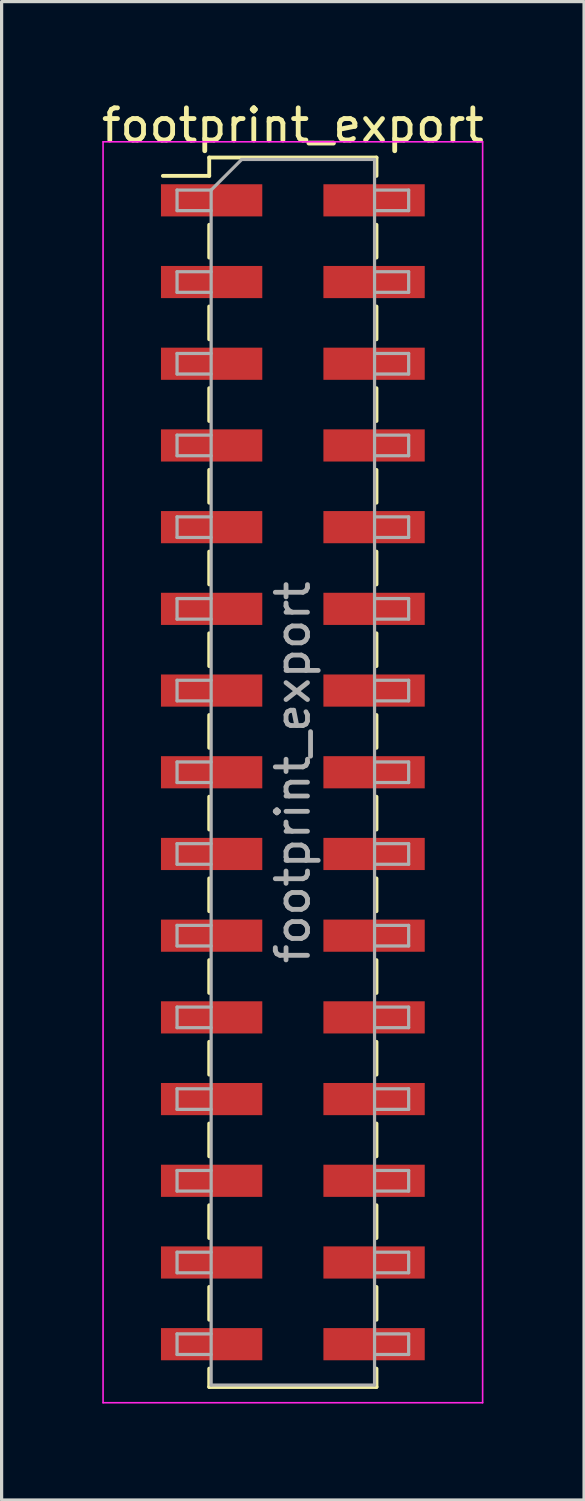
<source format=kicad_pcb>
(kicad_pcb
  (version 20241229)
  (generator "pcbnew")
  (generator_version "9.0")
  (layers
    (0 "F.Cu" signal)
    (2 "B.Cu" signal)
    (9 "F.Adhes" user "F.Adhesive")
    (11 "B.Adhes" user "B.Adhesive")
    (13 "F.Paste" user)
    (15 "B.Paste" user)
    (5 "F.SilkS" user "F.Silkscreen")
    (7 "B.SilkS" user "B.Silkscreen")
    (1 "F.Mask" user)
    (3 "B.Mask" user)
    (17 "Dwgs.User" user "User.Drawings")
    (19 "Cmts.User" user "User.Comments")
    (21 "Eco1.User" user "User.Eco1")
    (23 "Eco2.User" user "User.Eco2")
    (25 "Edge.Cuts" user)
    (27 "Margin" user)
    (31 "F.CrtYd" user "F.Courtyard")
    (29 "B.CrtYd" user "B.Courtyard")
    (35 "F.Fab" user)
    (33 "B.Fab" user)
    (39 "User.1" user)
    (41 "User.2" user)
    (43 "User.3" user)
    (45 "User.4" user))
  (footprint "footprint_export"
    (layer "F.Cu")
    (at 6.054 20.958)
    (property "Reference" "footprint_export" (at 0 -20.11 0) (layer "F.SilkS") (effects (font (size 1 1) (thickness 0.15))))
    (attr smd)
    (fp_line (start -4.04 -18.54) (end -2.6 -18.54) (stroke (width 0.12) (type solid)) (layer "F.SilkS"))
    (fp_line (start -2.6 -19.11) (end -2.6 -18.54) (stroke (width 0.12) (type solid)) (layer "F.SilkS"))
    (fp_line (start -2.6 -19.11) (end 2.6 -19.11) (stroke (width 0.12) (type solid)) (layer "F.SilkS"))
    (fp_line (start -2.6 -17.02) (end -2.6 -16) (stroke (width 0.12) (type solid)) (layer "F.SilkS"))
    (fp_line (start -2.6 -14.48) (end -2.6 -13.46) (stroke (width 0.12) (type solid)) (layer "F.SilkS"))
    (fp_line (start -2.6 -11.94) (end -2.6 -10.92) (stroke (width 0.12) (type solid)) (layer "F.SilkS"))
    (fp_line (start -2.6 -9.4) (end -2.6 -8.38) (stroke (width 0.12) (type solid)) (layer "F.SilkS"))
    (fp_line (start -2.6 -6.86) (end -2.6 -5.84) (stroke (width 0.12) (type solid)) (layer "F.SilkS"))
    (fp_line (start -2.6 -4.32) (end -2.6 -3.3) (stroke (width 0.12) (type solid)) (layer "F.SilkS"))
    (fp_line (start -2.6 -1.78) (end -2.6 -0.76) (stroke (width 0.12) (type solid)) (layer "F.SilkS"))
    (fp_line (start -2.6 0.76) (end -2.6 1.78) (stroke (width 0.12) (type solid)) (layer "F.SilkS"))
    (fp_line (start -2.6 3.3) (end -2.6 4.32) (stroke (width 0.12) (type solid)) (layer "F.SilkS"))
    (fp_line (start -2.6 5.84) (end -2.6 6.86) (stroke (width 0.12) (type solid)) (layer "F.SilkS"))
    (fp_line (start -2.6 8.38) (end -2.6 9.4) (stroke (width 0.12) (type solid)) (layer "F.SilkS"))
    (fp_line (start -2.6 10.92) (end -2.6 11.94) (stroke (width 0.12) (type solid)) (layer "F.SilkS"))
    (fp_line (start -2.6 13.46) (end -2.6 14.48) (stroke (width 0.12) (type solid)) (layer "F.SilkS"))
    (fp_line (start -2.6 16) (end -2.6 17.02) (stroke (width 0.12) (type solid)) (layer "F.SilkS"))
    (fp_line (start -2.6 18.54) (end -2.6 19.11) (stroke (width 0.12) (type solid)) (layer "F.SilkS"))
    (fp_line (start -2.6 19.11) (end 2.6 19.11) (stroke (width 0.12) (type solid)) (layer "F.SilkS"))
    (fp_line (start 2.6 -19.11) (end 2.6 -18.54) (stroke (width 0.12) (type solid)) (layer "F.SilkS"))
    (fp_line (start 2.6 -17.02) (end 2.6 -16) (stroke (width 0.12) (type solid)) (layer "F.SilkS"))
    (fp_line (start 2.6 -14.48) (end 2.6 -13.46) (stroke (width 0.12) (type solid)) (layer "F.SilkS"))
    (fp_line (start 2.6 -11.94) (end 2.6 -10.92) (stroke (width 0.12) (type solid)) (layer "F.SilkS"))
    (fp_line (start 2.6 -9.4) (end 2.6 -8.38) (stroke (width 0.12) (type solid)) (layer "F.SilkS"))
    (fp_line (start 2.6 -6.86) (end 2.6 -5.84) (stroke (width 0.12) (type solid)) (layer "F.SilkS"))
    (fp_line (start 2.6 -4.32) (end 2.6 -3.3) (stroke (width 0.12) (type solid)) (layer "F.SilkS"))
    (fp_line (start 2.6 -1.78) (end 2.6 -0.76) (stroke (width 0.12) (type solid)) (layer "F.SilkS"))
    (fp_line (start 2.6 0.76) (end 2.6 1.78) (stroke (width 0.12) (type solid)) (layer "F.SilkS"))
    (fp_line (start 2.6 3.3) (end 2.6 4.32) (stroke (width 0.12) (type solid)) (layer "F.SilkS"))
    (fp_line (start 2.6 5.84) (end 2.6 6.86) (stroke (width 0.12) (type solid)) (layer "F.SilkS"))
    (fp_line (start 2.6 8.38) (end 2.6 9.4) (stroke (width 0.12) (type solid)) (layer "F.SilkS"))
    (fp_line (start 2.6 10.92) (end 2.6 11.94) (stroke (width 0.12) (type solid)) (layer "F.SilkS"))
    (fp_line (start 2.6 13.46) (end 2.6 14.48) (stroke (width 0.12) (type solid)) (layer "F.SilkS"))
    (fp_line (start 2.6 16) (end 2.6 17.02) (stroke (width 0.12) (type solid)) (layer "F.SilkS"))
    (fp_line (start 2.6 18.54) (end 2.6 19.11) (stroke (width 0.12) (type solid)) (layer "F.SilkS"))
    (fp_line (start -5.9 -19.6) (end -5.9 19.6) (stroke (width 0.05) (type solid)) (layer "F.CrtYd"))
    (fp_line (start -5.9 19.6) (end 5.9 19.6) (stroke (width 0.05) (type solid)) (layer "F.CrtYd"))
    (fp_line (start 5.9 -19.6) (end -5.9 -19.6) (stroke (width 0.05) (type solid)) (layer "F.CrtYd"))
    (fp_line (start 5.9 19.6) (end 5.9 -19.6) (stroke (width 0.05) (type solid)) (layer "F.CrtYd"))
    (fp_line (start -3.6 -18.1) (end -3.6 -17.46) (stroke (width 0.1) (type solid)) (layer "F.Fab"))
    (fp_line (start -3.6 -17.46) (end -2.54 -17.46) (stroke (width 0.1) (type solid)) (layer "F.Fab"))
    (fp_line (start -3.6 -15.56) (end -3.6 -14.92) (stroke (width 0.1) (type solid)) (layer "F.Fab"))
    (fp_line (start -3.6 -14.92) (end -2.54 -14.92) (stroke (width 0.1) (type solid)) (layer "F.Fab"))
    (fp_line (start -3.6 -13.02) (end -3.6 -12.38) (stroke (width 0.1) (type solid)) (layer "F.Fab"))
    (fp_line (start -3.6 -12.38) (end -2.54 -12.38) (stroke (width 0.1) (type solid)) (layer "F.Fab"))
    (fp_line (start -3.6 -10.48) (end -3.6 -9.84) (stroke (width 0.1) (type solid)) (layer "F.Fab"))
    (fp_line (start -3.6 -9.84) (end -2.54 -9.84) (stroke (width 0.1) (type solid)) (layer "F.Fab"))
    (fp_line (start -3.6 -7.94) (end -3.6 -7.3) (stroke (width 0.1) (type solid)) (layer "F.Fab"))
    (fp_line (start -3.6 -7.3) (end -2.54 -7.3) (stroke (width 0.1) (type solid)) (layer "F.Fab"))
    (fp_line (start -3.6 -5.4) (end -3.6 -4.76) (stroke (width 0.1) (type solid)) (layer "F.Fab"))
    (fp_line (start -3.6 -4.76) (end -2.54 -4.76) (stroke (width 0.1) (type solid)) (layer "F.Fab"))
    (fp_line (start -3.6 -2.86) (end -3.6 -2.22) (stroke (width 0.1) (type solid)) (layer "F.Fab"))
    (fp_line (start -3.6 -2.22) (end -2.54 -2.22) (stroke (width 0.1) (type solid)) (layer "F.Fab"))
    (fp_line (start -3.6 -0.32) (end -3.6 0.32) (stroke (width 0.1) (type solid)) (layer "F.Fab"))
    (fp_line (start -3.6 0.32) (end -2.54 0.32) (stroke (width 0.1) (type solid)) (layer "F.Fab"))
    (fp_line (start -3.6 2.22) (end -3.6 2.86) (stroke (width 0.1) (type solid)) (layer "F.Fab"))
    (fp_line (start -3.6 2.86) (end -2.54 2.86) (stroke (width 0.1) (type solid)) (layer "F.Fab"))
    (fp_line (start -3.6 4.76) (end -3.6 5.4) (stroke (width 0.1) (type solid)) (layer "F.Fab"))
    (fp_line (start -3.6 5.4) (end -2.54 5.4) (stroke (width 0.1) (type solid)) (layer "F.Fab"))
    (fp_line (start -3.6 7.3) (end -3.6 7.94) (stroke (width 0.1) (type solid)) (layer "F.Fab"))
    (fp_line (start -3.6 7.94) (end -2.54 7.94) (stroke (width 0.1) (type solid)) (layer "F.Fab"))
    (fp_line (start -3.6 9.84) (end -3.6 10.48) (stroke (width 0.1) (type solid)) (layer "F.Fab"))
    (fp_line (start -3.6 10.48) (end -2.54 10.48) (stroke (width 0.1) (type solid)) (layer "F.Fab"))
    (fp_line (start -3.6 12.38) (end -3.6 13.02) (stroke (width 0.1) (type solid)) (layer "F.Fab"))
    (fp_line (start -3.6 13.02) (end -2.54 13.02) (stroke (width 0.1) (type solid)) (layer "F.Fab"))
    (fp_line (start -3.6 14.92) (end -3.6 15.56) (stroke (width 0.1) (type solid)) (layer "F.Fab"))
    (fp_line (start -3.6 15.56) (end -2.54 15.56) (stroke (width 0.1) (type solid)) (layer "F.Fab"))
    (fp_line (start -3.6 17.46) (end -3.6 18.1) (stroke (width 0.1) (type solid)) (layer "F.Fab"))
    (fp_line (start -3.6 18.1) (end -2.54 18.1) (stroke (width 0.1) (type solid)) (layer "F.Fab"))
    (fp_line (start -2.54 -18.1) (end -3.6 -18.1) (stroke (width 0.1) (type solid)) (layer "F.Fab"))
    (fp_line (start -2.54 -18.1) (end -1.59 -19.05) (stroke (width 0.1) (type solid)) (layer "F.Fab"))
    (fp_line (start -2.54 -15.56) (end -3.6 -15.56) (stroke (width 0.1) (type solid)) (layer "F.Fab"))
    (fp_line (start -2.54 -13.02) (end -3.6 -13.02) (stroke (width 0.1) (type solid)) (layer "F.Fab"))
    (fp_line (start -2.54 -10.48) (end -3.6 -10.48) (stroke (width 0.1) (type solid)) (layer "F.Fab"))
    (fp_line (start -2.54 -7.94) (end -3.6 -7.94) (stroke (width 0.1) (type solid)) (layer "F.Fab"))
    (fp_line (start -2.54 -5.4) (end -3.6 -5.4) (stroke (width 0.1) (type solid)) (layer "F.Fab"))
    (fp_line (start -2.54 -2.86) (end -3.6 -2.86) (stroke (width 0.1) (type solid)) (layer "F.Fab"))
    (fp_line (start -2.54 -0.32) (end -3.6 -0.32) (stroke (width 0.1) (type solid)) (layer "F.Fab"))
    (fp_line (start -2.54 2.22) (end -3.6 2.22) (stroke (width 0.1) (type solid)) (layer "F.Fab"))
    (fp_line (start -2.54 4.76) (end -3.6 4.76) (stroke (width 0.1) (type solid)) (layer "F.Fab"))
    (fp_line (start -2.54 7.3) (end -3.6 7.3) (stroke (width 0.1) (type solid)) (layer "F.Fab"))
    (fp_line (start -2.54 9.84) (end -3.6 9.84) (stroke (width 0.1) (type solid)) (layer "F.Fab"))
    (fp_line (start -2.54 12.38) (end -3.6 12.38) (stroke (width 0.1) (type solid)) (layer "F.Fab"))
    (fp_line (start -2.54 14.92) (end -3.6 14.92) (stroke (width 0.1) (type solid)) (layer "F.Fab"))
    (fp_line (start -2.54 17.46) (end -3.6 17.46) (stroke (width 0.1) (type solid)) (layer "F.Fab"))
    (fp_line (start -2.54 19.05) (end -2.54 -18.1) (stroke (width 0.1) (type solid)) (layer "F.Fab"))
    (fp_line (start -1.59 -19.05) (end 2.54 -19.05) (stroke (width 0.1) (type solid)) (layer "F.Fab"))
    (fp_line (start 2.54 -19.05) (end 2.54 19.05) (stroke (width 0.1) (type solid)) (layer "F.Fab"))
    (fp_line (start 2.54 -18.1) (end 3.6 -18.1) (stroke (width 0.1) (type solid)) (layer "F.Fab"))
    (fp_line (start 2.54 -15.56) (end 3.6 -15.56) (stroke (width 0.1) (type solid)) (layer "F.Fab"))
    (fp_line (start 2.54 -13.02) (end 3.6 -13.02) (stroke (width 0.1) (type solid)) (layer "F.Fab"))
    (fp_line (start 2.54 -10.48) (end 3.6 -10.48) (stroke (width 0.1) (type solid)) (layer "F.Fab"))
    (fp_line (start 2.54 -7.94) (end 3.6 -7.94) (stroke (width 0.1) (type solid)) (layer "F.Fab"))
    (fp_line (start 2.54 -5.4) (end 3.6 -5.4) (stroke (width 0.1) (type solid)) (layer "F.Fab"))
    (fp_line (start 2.54 -2.86) (end 3.6 -2.86) (stroke (width 0.1) (type solid)) (layer "F.Fab"))
    (fp_line (start 2.54 -0.32) (end 3.6 -0.32) (stroke (width 0.1) (type solid)) (layer "F.Fab"))
    (fp_line (start 2.54 2.22) (end 3.6 2.22) (stroke (width 0.1) (type solid)) (layer "F.Fab"))
    (fp_line (start 2.54 4.76) (end 3.6 4.76) (stroke (width 0.1) (type solid)) (layer "F.Fab"))
    (fp_line (start 2.54 7.3) (end 3.6 7.3) (stroke (width 0.1) (type solid)) (layer "F.Fab"))
    (fp_line (start 2.54 9.84) (end 3.6 9.84) (stroke (width 0.1) (type solid)) (layer "F.Fab"))
    (fp_line (start 2.54 12.38) (end 3.6 12.38) (stroke (width 0.1) (type solid)) (layer "F.Fab"))
    (fp_line (start 2.54 14.92) (end 3.6 14.92) (stroke (width 0.1) (type solid)) (layer "F.Fab"))
    (fp_line (start 2.54 17.46) (end 3.6 17.46) (stroke (width 0.1) (type solid)) (layer "F.Fab"))
    (fp_line (start 2.54 19.05) (end -2.54 19.05) (stroke (width 0.1) (type solid)) (layer "F.Fab"))
    (fp_line (start 3.6 -18.1) (end 3.6 -17.46) (stroke (width 0.1) (type solid)) (layer "F.Fab"))
    (fp_line (start 3.6 -17.46) (end 2.54 -17.46) (stroke (width 0.1) (type solid)) (layer "F.Fab"))
    (fp_line (start 3.6 -15.56) (end 3.6 -14.92) (stroke (width 0.1) (type solid)) (layer "F.Fab"))
    (fp_line (start 3.6 -14.92) (end 2.54 -14.92) (stroke (width 0.1) (type solid)) (layer "F.Fab"))
    (fp_line (start 3.6 -13.02) (end 3.6 -12.38) (stroke (width 0.1) (type solid)) (layer "F.Fab"))
    (fp_line (start 3.6 -12.38) (end 2.54 -12.38) (stroke (width 0.1) (type solid)) (layer "F.Fab"))
    (fp_line (start 3.6 -10.48) (end 3.6 -9.84) (stroke (width 0.1) (type solid)) (layer "F.Fab"))
    (fp_line (start 3.6 -9.84) (end 2.54 -9.84) (stroke (width 0.1) (type solid)) (layer "F.Fab"))
    (fp_line (start 3.6 -7.94) (end 3.6 -7.3) (stroke (width 0.1) (type solid)) (layer "F.Fab"))
    (fp_line (start 3.6 -7.3) (end 2.54 -7.3) (stroke (width 0.1) (type solid)) (layer "F.Fab"))
    (fp_line (start 3.6 -5.4) (end 3.6 -4.76) (stroke (width 0.1) (type solid)) (layer "F.Fab"))
    (fp_line (start 3.6 -4.76) (end 2.54 -4.76) (stroke (width 0.1) (type solid)) (layer "F.Fab"))
    (fp_line (start 3.6 -2.86) (end 3.6 -2.22) (stroke (width 0.1) (type solid)) (layer "F.Fab"))
    (fp_line (start 3.6 -2.22) (end 2.54 -2.22) (stroke (width 0.1) (type solid)) (layer "F.Fab"))
    (fp_line (start 3.6 -0.32) (end 3.6 0.32) (stroke (width 0.1) (type solid)) (layer "F.Fab"))
    (fp_line (start 3.6 0.32) (end 2.54 0.32) (stroke (width 0.1) (type solid)) (layer "F.Fab"))
    (fp_line (start 3.6 2.22) (end 3.6 2.86) (stroke (width 0.1) (type solid)) (layer "F.Fab"))
    (fp_line (start 3.6 2.86) (end 2.54 2.86) (stroke (width 0.1) (type solid)) (layer "F.Fab"))
    (fp_line (start 3.6 4.76) (end 3.6 5.4) (stroke (width 0.1) (type solid)) (layer "F.Fab"))
    (fp_line (start 3.6 5.4) (end 2.54 5.4) (stroke (width 0.1) (type solid)) (layer "F.Fab"))
    (fp_line (start 3.6 7.3) (end 3.6 7.94) (stroke (width 0.1) (type solid)) (layer "F.Fab"))
    (fp_line (start 3.6 7.94) (end 2.54 7.94) (stroke (width 0.1) (type solid)) (layer "F.Fab"))
    (fp_line (start 3.6 9.84) (end 3.6 10.48) (stroke (width 0.1) (type solid)) (layer "F.Fab"))
    (fp_line (start 3.6 10.48) (end 2.54 10.48) (stroke (width 0.1) (type solid)) (layer "F.Fab"))
    (fp_line (start 3.6 12.38) (end 3.6 13.02) (stroke (width 0.1) (type solid)) (layer "F.Fab"))
    (fp_line (start 3.6 13.02) (end 2.54 13.02) (stroke (width 0.1) (type solid)) (layer "F.Fab"))
    (fp_line (start 3.6 14.92) (end 3.6 15.56) (stroke (width 0.1) (type solid)) (layer "F.Fab"))
    (fp_line (start 3.6 15.56) (end 2.54 15.56) (stroke (width 0.1) (type solid)) (layer "F.Fab"))
    (fp_line (start 3.6 17.46) (end 3.6 18.1) (stroke (width 0.1) (type solid)) (layer "F.Fab"))
    (fp_line (start 3.6 18.1) (end 2.54 18.1) (stroke (width 0.1) (type solid)) (layer "F.Fab"))
    (fp_text user "${REFERENCE}" (at 0 0 90) (layer "F.Fab") (effects (font (size 1 1) (thickness 0.15))))
    (pad "1" smd rect (at -2.525 -17.78) (size 3.15 1) (layers "F.Cu" "F.Mask" "F.Paste"))
    (pad "2" smd rect (at 2.525 -17.78) (size 3.15 1) (layers "F.Cu" "F.Mask" "F.Paste"))
    (pad "3" smd rect (at -2.525 -15.24) (size 3.15 1) (layers "F.Cu" "F.Mask" "F.Paste"))
    (pad "4" smd rect (at 2.525 -15.24) (size 3.15 1) (layers "F.Cu" "F.Mask" "F.Paste"))
    (pad "5" smd rect (at -2.525 -12.7) (size 3.15 1) (layers "F.Cu" "F.Mask" "F.Paste"))
    (pad "6" smd rect (at 2.525 -12.7) (size 3.15 1) (layers "F.Cu" "F.Mask" "F.Paste"))
    (pad "7" smd rect (at -2.525 -10.16) (size 3.15 1) (layers "F.Cu" "F.Mask" "F.Paste"))
    (pad "8" smd rect (at 2.525 -10.16) (size 3.15 1) (layers "F.Cu" "F.Mask" "F.Paste"))
    (pad "9" smd rect (at -2.525 -7.62) (size 3.15 1) (layers "F.Cu" "F.Mask" "F.Paste"))
    (pad "10" smd rect (at 2.525 -7.62) (size 3.15 1) (layers "F.Cu" "F.Mask" "F.Paste"))
    (pad "11" smd rect (at -2.525 -5.08) (size 3.15 1) (layers "F.Cu" "F.Mask" "F.Paste"))
    (pad "12" smd rect (at 2.525 -5.08) (size 3.15 1) (layers "F.Cu" "F.Mask" "F.Paste"))
    (pad "13" smd rect (at -2.525 -2.54) (size 3.15 1) (layers "F.Cu" "F.Mask" "F.Paste"))
    (pad "14" smd rect (at 2.525 -2.54) (size 3.15 1) (layers "F.Cu" "F.Mask" "F.Paste"))
    (pad "15" smd rect (at -2.525 0) (size 3.15 1) (layers "F.Cu" "F.Mask" "F.Paste"))
    (pad "16" smd rect (at 2.525 0) (size 3.15 1) (layers "F.Cu" "F.Mask" "F.Paste"))
    (pad "17" smd rect (at -2.525 2.54) (size 3.15 1) (layers "F.Cu" "F.Mask" "F.Paste"))
    (pad "18" smd rect (at 2.525 2.54) (size 3.15 1) (layers "F.Cu" "F.Mask" "F.Paste"))
    (pad "19" smd rect (at -2.525 5.08) (size 3.15 1) (layers "F.Cu" "F.Mask" "F.Paste"))
    (pad "20" smd rect (at 2.525 5.08) (size 3.15 1) (layers "F.Cu" "F.Mask" "F.Paste"))
    (pad "21" smd rect (at -2.525 7.62) (size 3.15 1) (layers "F.Cu" "F.Mask" "F.Paste"))
    (pad "22" smd rect (at 2.525 7.62) (size 3.15 1) (layers "F.Cu" "F.Mask" "F.Paste"))
    (pad "23" smd rect (at -2.525 10.16) (size 3.15 1) (layers "F.Cu" "F.Mask" "F.Paste"))
    (pad "24" smd rect (at 2.525 10.16) (size 3.15 1) (layers "F.Cu" "F.Mask" "F.Paste"))
    (pad "25" smd rect (at -2.525 12.7) (size 3.15 1) (layers "F.Cu" "F.Mask" "F.Paste"))
    (pad "26" smd rect (at 2.525 12.7) (size 3.15 1) (layers "F.Cu" "F.Mask" "F.Paste"))
    (pad "27" smd rect (at -2.525 15.24) (size 3.15 1) (layers "F.Cu" "F.Mask" "F.Paste"))
    (pad "28" smd rect (at 2.525 15.24) (size 3.15 1) (layers "F.Cu" "F.Mask" "F.Paste"))
    (pad "29" smd rect (at -2.525 17.78) (size 3.15 1) (layers "F.Cu" "F.Mask" "F.Paste"))
    (pad "30" smd rect (at 2.525 17.78) (size 3.15 1) (layers "F.Cu" "F.Mask" "F.Paste")))
  (gr_rect
    (start -3 -3)
    (end 15.107 43.583)
    (stroke (width 0.1) (type default))
    (fill no)
    (layer "Edge.Cuts")))
</source>
